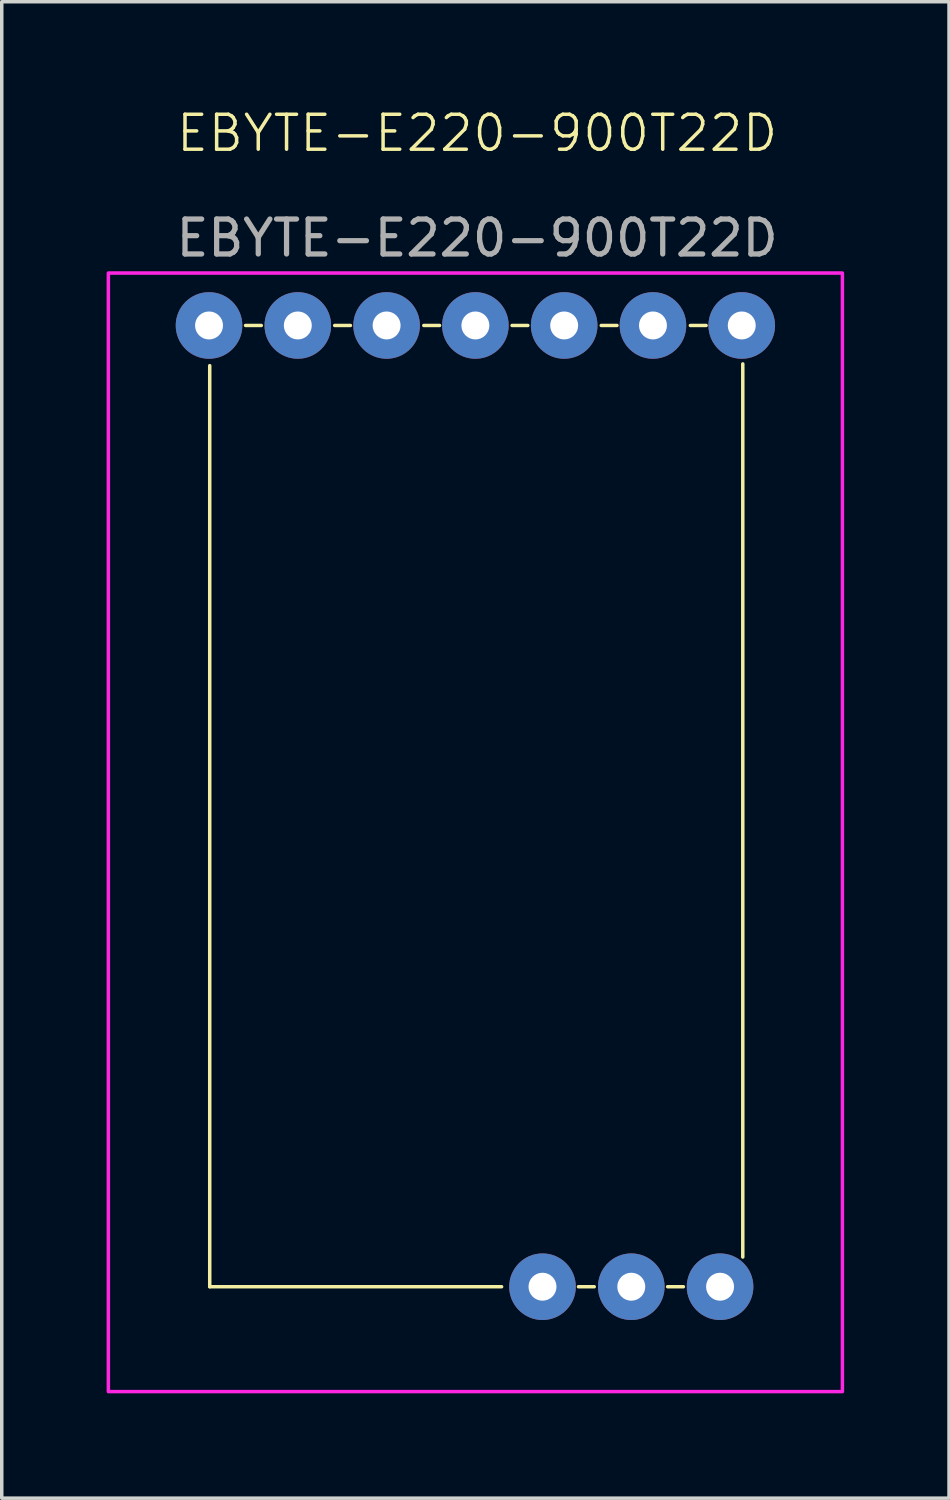
<source format=kicad_pcb>
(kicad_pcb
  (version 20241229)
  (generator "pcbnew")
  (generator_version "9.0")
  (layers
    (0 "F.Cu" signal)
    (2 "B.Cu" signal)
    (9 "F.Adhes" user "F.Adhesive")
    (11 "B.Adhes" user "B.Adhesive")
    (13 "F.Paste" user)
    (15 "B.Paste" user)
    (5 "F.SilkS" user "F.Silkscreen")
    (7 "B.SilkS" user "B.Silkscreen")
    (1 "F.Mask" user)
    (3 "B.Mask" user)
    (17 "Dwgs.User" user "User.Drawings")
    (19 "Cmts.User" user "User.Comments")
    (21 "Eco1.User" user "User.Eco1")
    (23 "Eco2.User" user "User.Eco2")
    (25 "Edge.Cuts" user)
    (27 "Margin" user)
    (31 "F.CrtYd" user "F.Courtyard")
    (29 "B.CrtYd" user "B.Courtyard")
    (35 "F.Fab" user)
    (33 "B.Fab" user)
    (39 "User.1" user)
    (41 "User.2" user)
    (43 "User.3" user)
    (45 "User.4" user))
  (footprint "EBYTE-E220-900T22D"
    (layer "F.Cu")
    (at 10.55 20.761)
    (property "Reference" "EBYTE-E220-900T22D" (at 0.05 -20 0) (unlocked yes) (layer "F.SilkS") (effects (font (size 1 1) (thickness 0.1))))
    (attr through_hole)
    (fp_line (start -7.6 -13.35) (end -7.6 13) (stroke (width 0.1) (type default)) (layer "F.SilkS"))
    (fp_line (start -6.575 -14.5) (end -6.125 -14.5) (stroke (width 0.1) (type default)) (layer "F.SilkS"))
    (fp_line (start -4.025 -14.5) (end -3.575 -14.5) (stroke (width 0.1) (type default)) (layer "F.SilkS"))
    (fp_line (start -1.475 -14.5) (end -1.025 -14.5) (stroke (width 0.1) (type default)) (layer "F.SilkS"))
    (fp_line (start 0.75 13) (end -7.6 13) (stroke (width 0.1) (type default)) (layer "F.SilkS"))
    (fp_line (start 1.05 -14.5) (end 1.5 -14.5) (stroke (width 0.1) (type default)) (layer "F.SilkS"))
    (fp_line (start 2.95 13) (end 3.4 13) (stroke (width 0.1) (type default)) (layer "F.SilkS"))
    (fp_line (start 3.6 -14.5) (end 4.05 -14.5) (stroke (width 0.1) (type default)) (layer "F.SilkS"))
    (fp_line (start 5.5 13) (end 5.95 13) (stroke (width 0.1) (type default)) (layer "F.SilkS"))
    (fp_line (start 6.15 -14.5) (end 6.6 -14.5) (stroke (width 0.1) (type default)) (layer "F.SilkS"))
    (fp_line (start 7.65 -13.4) (end 7.65 12.15) (stroke (width 0.1) (type default)) (layer "F.SilkS"))
    (fp_rect (start -10.5 -16) (end 10.5 16) (stroke (width 0.1) (type solid)) (fill no) (layer "F.CrtYd"))
    (fp_text user "${REFERENCE}" (at 0.05 -17 0) (unlocked yes) (layer "F.Fab") (effects (font (size 1 1) (thickness 0.15))))
    (pad "1" thru_hole circle (at -7.62 -14.5) (size 1.905 1.905) (drill 0.8) (layers "*.Cu" "*.Mask"))
    (pad "2" thru_hole circle (at -5.08 -14.5) (size 1.905 1.905) (drill 0.8) (layers "*.Cu" "*.Mask"))
    (pad "3" thru_hole circle (at -2.54 -14.5) (size 1.905 1.905) (drill 0.8) (layers "*.Cu" "*.Mask"))
    (pad "4" thru_hole circle (at 0 -14.5) (size 1.905 1.905) (drill 0.8) (layers "*.Cu" "*.Mask"))
    (pad "5" thru_hole circle (at 2.54 -14.5) (size 1.905 1.905) (drill 0.8) (layers "*.Cu" "*.Mask"))
    (pad "6" thru_hole circle (at 5.08 -14.5) (size 1.905 1.905) (drill 0.8) (layers "*.Cu" "*.Mask"))
    (pad "7" thru_hole circle (at 7.62 -14.5) (size 1.905 1.905) (drill 0.8) (layers "*.Cu" "*.Mask"))
    (pad "8" thru_hole circle (at 1.92 13) (size 1.905 1.905) (drill 0.8) (layers "*.Cu" "*.Mask"))
    (pad "9" thru_hole circle (at 4.46 13) (size 1.905 1.905) (drill 0.8) (layers "*.Cu" "*.Mask"))
    (pad "10" thru_hole circle (at 7 13) (size 1.905 1.905) (drill 0.8) (layers "*.Cu" "*.Mask")))
  (gr_rect
    (start -3 -3)
    (end 24.1 39.81)
    (stroke (width 0.1) (type default))
    (fill no)
    (layer "Edge.Cuts")))
</source>
